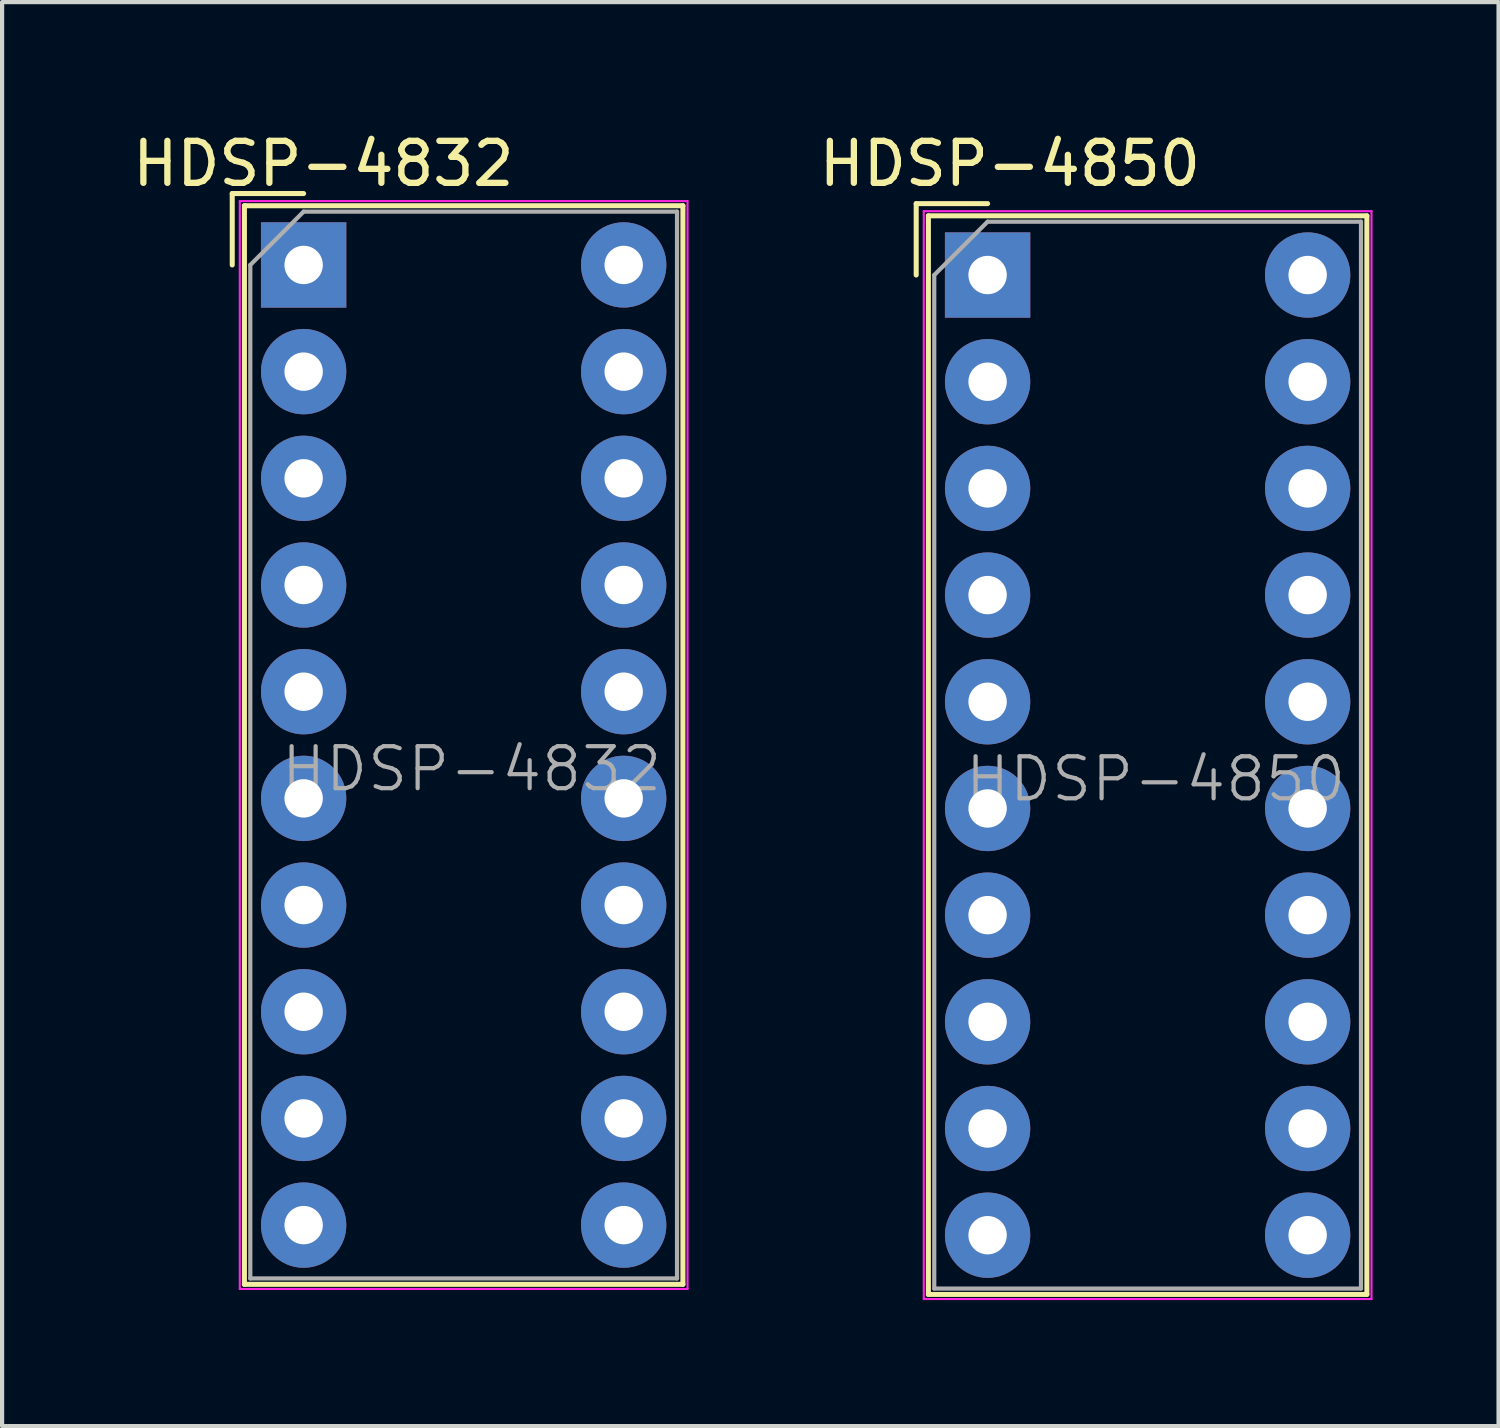
<source format=kicad_pcb>
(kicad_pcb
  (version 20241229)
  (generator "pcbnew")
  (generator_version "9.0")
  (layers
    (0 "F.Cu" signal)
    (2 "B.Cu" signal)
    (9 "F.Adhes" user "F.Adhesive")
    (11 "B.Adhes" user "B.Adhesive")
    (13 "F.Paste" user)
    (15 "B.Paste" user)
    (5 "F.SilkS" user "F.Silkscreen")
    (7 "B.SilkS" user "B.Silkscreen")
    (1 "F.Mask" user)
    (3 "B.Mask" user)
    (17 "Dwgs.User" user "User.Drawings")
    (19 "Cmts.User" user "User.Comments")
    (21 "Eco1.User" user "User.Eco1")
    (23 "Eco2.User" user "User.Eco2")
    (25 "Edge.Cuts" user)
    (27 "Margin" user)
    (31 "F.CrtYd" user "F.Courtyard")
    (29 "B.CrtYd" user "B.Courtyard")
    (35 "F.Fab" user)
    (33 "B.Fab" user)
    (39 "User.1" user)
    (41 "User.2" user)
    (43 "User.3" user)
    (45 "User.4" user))
  (footprint "HDSP-4850"
    (layer "F.Cu")
    (at 20.463 3.498)
    (property "Reference" "HDSP-4850" (at 0.53 -2.65 0) (layer "F.SilkS") (effects (font (size 1 1) (thickness 0.15))))
    (attr through_hole)
    (fp_line (start -1.7 -1.7) (end -1.7 0) (stroke (width 0.12) (type solid)) (layer "F.SilkS"))
    (fp_line (start -1.41 -1.41) (end 9.03 -1.41) (stroke (width 0.12) (type solid)) (layer "F.SilkS"))
    (fp_line (start -1.41 24.27) (end -1.41 -1.41) (stroke (width 0.12) (type solid)) (layer "F.SilkS"))
    (fp_line (start 0 -1.7) (end -1.7 -1.7) (stroke (width 0.12) (type solid)) (layer "F.SilkS"))
    (fp_line (start 9.03 -1.41) (end 9.03 24.27) (stroke (width 0.12) (type solid)) (layer "F.SilkS"))
    (fp_line (start 9.03 24.27) (end -1.41 24.27) (stroke (width 0.12) (type solid)) (layer "F.SilkS"))
    (fp_line (start -1.52 -1.52) (end -1.52 24.38) (stroke (width 0.05) (type solid)) (layer "F.CrtYd"))
    (fp_line (start -1.52 -1.52) (end 9.14 -1.52) (stroke (width 0.05) (type solid)) (layer "F.CrtYd"))
    (fp_line (start -1.52 24.38) (end 9.14 24.38) (stroke (width 0.05) (type solid)) (layer "F.CrtYd"))
    (fp_line (start 9.14 24.38) (end 9.14 -1.52) (stroke (width 0.05) (type solid)) (layer "F.CrtYd"))
    (fp_line (start -1.27 0) (end -1.27 24.13) (stroke (width 0.1) (type solid)) (layer "F.Fab"))
    (fp_line (start -1.27 24.13) (end 8.89 24.13) (stroke (width 0.1) (type solid)) (layer "F.Fab"))
    (fp_line (start 0 -1.27) (end -1.27 0) (stroke (width 0.1) (type solid)) (layer "F.Fab"))
    (fp_line (start 0 -1.27) (end 8.89 -1.27) (stroke (width 0.1) (type solid)) (layer "F.Fab"))
    (fp_line (start 8.89 -1.27) (end 8.89 24.13) (stroke (width 0.1) (type solid)) (layer "F.Fab"))
    (fp_text user "${REFERENCE}" (at 4 12 0) (layer "F.Fab") (effects (font (size 1 1) (thickness 0.1))))
    (pad "1" thru_hole rect (at 0 0 270) (size 2.032 2.032) (drill 0.914) (layers "*.Cu" "*.Mask"))
    (pad "2" thru_hole circle (at 0 2.54 270) (size 2.032 2.032) (drill 0.914) (layers "*.Cu" "*.Mask"))
    (pad "3" thru_hole circle (at 0 5.08 270) (size 2.032 2.032) (drill 0.914) (layers "*.Cu" "*.Mask"))
    (pad "4" thru_hole circle (at 0 7.62 270) (size 2.032 2.032) (drill 0.914) (layers "*.Cu" "*.Mask"))
    (pad "5" thru_hole circle (at 0 10.16 270) (size 2.032 2.032) (drill 0.914) (layers "*.Cu" "*.Mask"))
    (pad "6" thru_hole circle (at 0 12.7 270) (size 2.032 2.032) (drill 0.914) (layers "*.Cu" "*.Mask"))
    (pad "7" thru_hole circle (at 0 15.24 270) (size 2.032 2.032) (drill 0.914) (layers "*.Cu" "*.Mask"))
    (pad "8" thru_hole circle (at 0 17.78 270) (size 2.032 2.032) (drill 0.914) (layers "*.Cu" "*.Mask"))
    (pad "9" thru_hole circle (at 0 20.32 270) (size 2.032 2.032) (drill 0.914) (layers "*.Cu" "*.Mask"))
    (pad "10" thru_hole circle (at 0 22.86 270) (size 2.032 2.032) (drill 0.914) (layers "*.Cu" "*.Mask"))
    (pad "11" thru_hole circle (at 7.62 22.86 270) (size 2.032 2.032) (drill 0.914) (layers "*.Cu" "*.Mask"))
    (pad "12" thru_hole circle (at 7.62 20.32 270) (size 2.032 2.032) (drill 0.914) (layers "*.Cu" "*.Mask"))
    (pad "13" thru_hole circle (at 7.62 17.78 270) (size 2.032 2.032) (drill 0.914) (layers "*.Cu" "*.Mask"))
    (pad "14" thru_hole circle (at 7.62 15.24 270) (size 2.032 2.032) (drill 0.914) (layers "*.Cu" "*.Mask"))
    (pad "15" thru_hole circle (at 7.62 12.7 270) (size 2.032 2.032) (drill 0.914) (layers "*.Cu" "*.Mask"))
    (pad "16" thru_hole circle (at 7.62 10.16 270) (size 2.032 2.032) (drill 0.914) (layers "*.Cu" "*.Mask"))
    (pad "17" thru_hole circle (at 7.62 7.62 270) (size 2.032 2.032) (drill 0.914) (layers "*.Cu" "*.Mask"))
    (pad "18" thru_hole circle (at 7.62 5.08 270) (size 2.032 2.032) (drill 0.914) (layers "*.Cu" "*.Mask"))
    (pad "19" thru_hole circle (at 7.62 2.54 270) (size 2.032 2.032) (drill 0.914) (layers "*.Cu" "*.Mask"))
    (pad "20" thru_hole circle (at 7.62 0 270) (size 2.032 2.032) (drill 0.914) (layers "*.Cu" "*.Mask")))
  (footprint "HDSP-4832"
    (layer "F.Cu")
    (at 4.179 3.258)
    (property "Reference" "HDSP-4832" (at 0.47 -2.41 0) (layer "F.SilkS") (effects (font (size 1 1) (thickness 0.15))))
    (attr through_hole)
    (fp_line (start -1.7 -1.7) (end -1.7 0) (stroke (width 0.12) (type solid)) (layer "F.SilkS"))
    (fp_line (start -1.41 -1.41) (end 9.03 -1.41) (stroke (width 0.12) (type solid)) (layer "F.SilkS"))
    (fp_line (start -1.41 24.27) (end -1.41 -1.41) (stroke (width 0.12) (type solid)) (layer "F.SilkS"))
    (fp_line (start 0 -1.7) (end -1.7 -1.7) (stroke (width 0.12) (type solid)) (layer "F.SilkS"))
    (fp_line (start 9.03 -1.41) (end 9.03 24.27) (stroke (width 0.12) (type solid)) (layer "F.SilkS"))
    (fp_line (start 9.03 24.27) (end -1.41 24.27) (stroke (width 0.12) (type solid)) (layer "F.SilkS"))
    (fp_line (start -1.52 -1.52) (end -1.52 24.38) (stroke (width 0.05) (type solid)) (layer "F.CrtYd"))
    (fp_line (start -1.52 -1.52) (end 9.14 -1.52) (stroke (width 0.05) (type solid)) (layer "F.CrtYd"))
    (fp_line (start -1.52 24.38) (end 9.14 24.38) (stroke (width 0.05) (type solid)) (layer "F.CrtYd"))
    (fp_line (start 9.14 24.38) (end 9.14 -1.52) (stroke (width 0.05) (type solid)) (layer "F.CrtYd"))
    (fp_line (start -1.27 0) (end -1.27 24.13) (stroke (width 0.1) (type solid)) (layer "F.Fab"))
    (fp_line (start -1.27 24.13) (end 8.89 24.13) (stroke (width 0.1) (type solid)) (layer "F.Fab"))
    (fp_line (start 0 -1.27) (end -1.27 0) (stroke (width 0.1) (type solid)) (layer "F.Fab"))
    (fp_line (start 0 -1.27) (end 8.89 -1.27) (stroke (width 0.1) (type solid)) (layer "F.Fab"))
    (fp_line (start 8.89 -1.27) (end 8.89 24.13) (stroke (width 0.1) (type solid)) (layer "F.Fab"))
    (fp_text user "${REFERENCE}" (at 4 12 0) (layer "F.Fab") (effects (font (size 1 1) (thickness 0.1))))
    (pad "1" thru_hole rect (at 0 0 270) (size 2.032 2.032) (drill 0.914) (layers "*.Cu" "*.Mask"))
    (pad "2" thru_hole circle (at 0 2.54 270) (size 2.032 2.032) (drill 0.914) (layers "*.Cu" "*.Mask"))
    (pad "3" thru_hole circle (at 0 5.08 270) (size 2.032 2.032) (drill 0.914) (layers "*.Cu" "*.Mask"))
    (pad "4" thru_hole circle (at 0 7.62 270) (size 2.032 2.032) (drill 0.914) (layers "*.Cu" "*.Mask"))
    (pad "5" thru_hole circle (at 0 10.16 270) (size 2.032 2.032) (drill 0.914) (layers "*.Cu" "*.Mask"))
    (pad "6" thru_hole circle (at 0 12.7 270) (size 2.032 2.032) (drill 0.914) (layers "*.Cu" "*.Mask"))
    (pad "7" thru_hole circle (at 0 15.24 270) (size 2.032 2.032) (drill 0.914) (layers "*.Cu" "*.Mask"))
    (pad "8" thru_hole circle (at 0 17.78 270) (size 2.032 2.032) (drill 0.914) (layers "*.Cu" "*.Mask"))
    (pad "9" thru_hole circle (at 0 20.32 270) (size 2.032 2.032) (drill 0.914) (layers "*.Cu" "*.Mask"))
    (pad "10" thru_hole circle (at 0 22.86 270) (size 2.032 2.032) (drill 0.914) (layers "*.Cu" "*.Mask"))
    (pad "11" thru_hole circle (at 7.62 22.86 270) (size 2.032 2.032) (drill 0.914) (layers "*.Cu" "*.Mask"))
    (pad "12" thru_hole circle (at 7.62 20.32 270) (size 2.032 2.032) (drill 0.914) (layers "*.Cu" "*.Mask"))
    (pad "13" thru_hole circle (at 7.62 17.78 270) (size 2.032 2.032) (drill 0.914) (layers "*.Cu" "*.Mask"))
    (pad "14" thru_hole circle (at 7.62 15.24 270) (size 2.032 2.032) (drill 0.914) (layers "*.Cu" "*.Mask"))
    (pad "15" thru_hole circle (at 7.62 12.7 270) (size 2.032 2.032) (drill 0.914) (layers "*.Cu" "*.Mask"))
    (pad "16" thru_hole circle (at 7.62 10.16 270) (size 2.032 2.032) (drill 0.914) (layers "*.Cu" "*.Mask"))
    (pad "17" thru_hole circle (at 7.62 7.62 270) (size 2.032 2.032) (drill 0.914) (layers "*.Cu" "*.Mask"))
    (pad "18" thru_hole circle (at 7.62 5.08 270) (size 2.032 2.032) (drill 0.914) (layers "*.Cu" "*.Mask"))
    (pad "19" thru_hole circle (at 7.62 2.54 270) (size 2.032 2.032) (drill 0.914) (layers "*.Cu" "*.Mask"))
    (pad "20" thru_hole circle (at 7.62 0 270) (size 2.032 2.032) (drill 0.914) (layers "*.Cu" "*.Mask")))
  (gr_rect
    (start -3 -3)
    (end 32.628 30.903)
    (stroke (width 0.1) (type default))
    (fill no)
    (layer "Edge.Cuts")))
</source>
